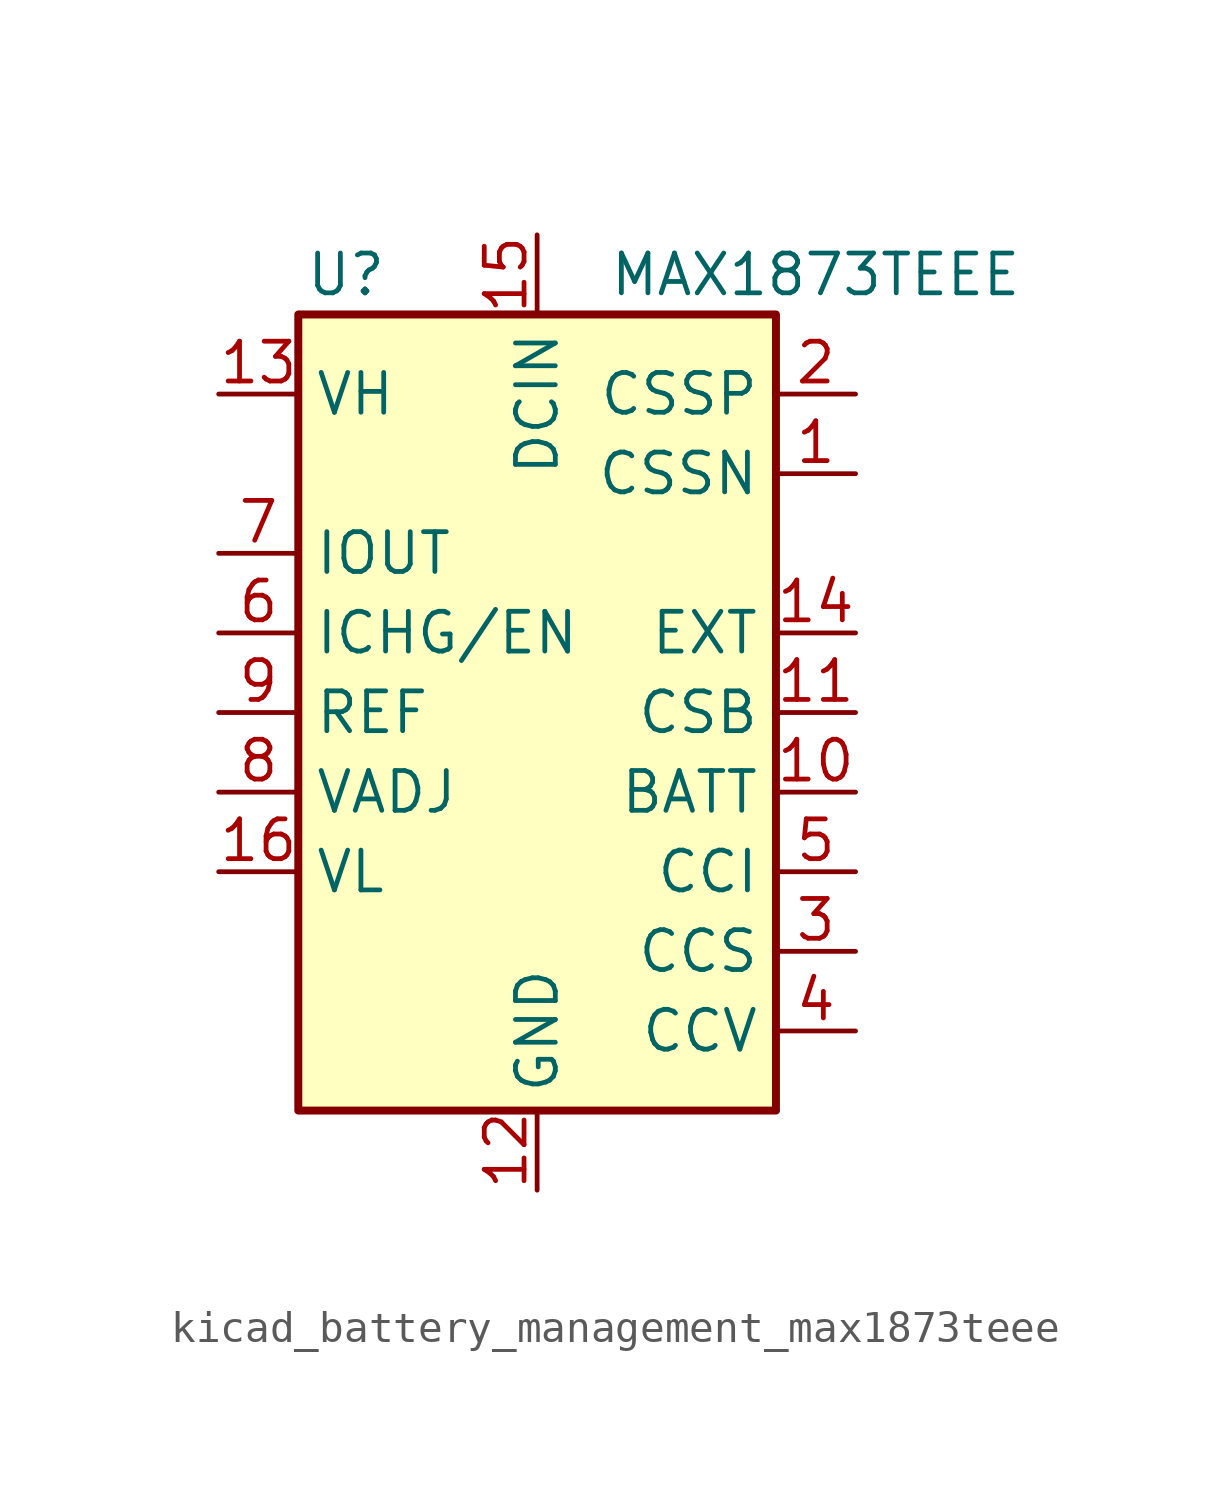
<source format=kicad_sym>
(kicad_symbol_lib
  (version 20220914)
  (generator kicad_symbol_editor)
  (symbol "kicad_battery_management_max1873teee"
    (property "Reference" "U"
      (at -6.096 13.97 0)
      (effects (font (size 1.27 1.27))))
    (property "Value" "MAX1873TEEE"
      (at 2.286 13.97 0)
      (effects (font (size 1.27 1.27)) (justify left)))
    (symbol "kicad_battery_management_max1873teee_0_1"
      (rectangle (start -7.62 12.7) (end 7.62 -12.7) (stroke (width 0.254) (type default)) (fill (type background))))
    (symbol "kicad_battery_management_max1873teee_1_1"
      (pin input line (at 10.16 7.62 180) (length 2.54) (name "CSSN" (effects (font (size 1.27 1.27)))) (number "1" (effects (font (size 1.27 1.27)))))
      (pin input line (at 10.16 -2.54 180) (length 2.54) (name "BATT" (effects (font (size 1.27 1.27)))) (number "10" (effects (font (size 1.27 1.27)))))
      (pin input line (at 10.16 0 180) (length 2.54) (name "CSB" (effects (font (size 1.27 1.27)))) (number "11" (effects (font (size 1.27 1.27)))))
      (pin power_in line (at 0 -15.24 90) (length 2.54) (name "GND" (effects (font (size 1.27 1.27)))) (number "12" (effects (font (size 1.27 1.27)))))
      (pin input line (at -10.16 10.16 0) (length 2.54) (name "VH" (effects (font (size 1.27 1.27)))) (number "13" (effects (font (size 1.27 1.27)))))
      (pin output line (at 10.16 2.54 180) (length 2.54) (name "EXT" (effects (font (size 1.27 1.27)))) (number "14" (effects (font (size 1.27 1.27)))))
      (pin power_in line (at 0 15.24 270) (length 2.54) (name "DCIN" (effects (font (size 1.27 1.27)))) (number "15" (effects (font (size 1.27 1.27)))))
      (pin input line (at -10.16 -5.08 0) (length 2.54) (name "VL" (effects (font (size 1.27 1.27)))) (number "16" (effects (font (size 1.27 1.27)))))
      (pin input line (at 10.16 10.16 180) (length 2.54) (name "CSSP" (effects (font (size 1.27 1.27)))) (number "2" (effects (font (size 1.27 1.27)))))
      (pin input line (at 10.16 -7.62 180) (length 2.54) (name "CCS" (effects (font (size 1.27 1.27)))) (number "3" (effects (font (size 1.27 1.27)))))
      (pin input line (at 10.16 -10.16 180) (length 2.54) (name "CCV" (effects (font (size 1.27 1.27)))) (number "4" (effects (font (size 1.27 1.27)))))
      (pin input line (at 10.16 -5.08 180) (length 2.54) (name "CCI" (effects (font (size 1.27 1.27)))) (number "5" (effects (font (size 1.27 1.27)))))
      (pin input line (at -10.16 2.54 0) (length 2.54) (name "ICHG/EN" (effects (font (size 1.27 1.27)))) (number "6" (effects (font (size 1.27 1.27)))))
      (pin output line (at -10.16 5.08 0) (length 2.54) (name "IOUT" (effects (font (size 1.27 1.27)))) (number "7" (effects (font (size 1.27 1.27)))))
      (pin input line (at -10.16 -2.54 0) (length 2.54) (name "VADJ" (effects (font (size 1.27 1.27)))) (number "8" (effects (font (size 1.27 1.27)))))
      (pin output line (at -10.16 0 0) (length 2.54) (name "REF" (effects (font (size 1.27 1.27)))) (number "9" (effects (font (size 1.27 1.27))))))))
</source>
